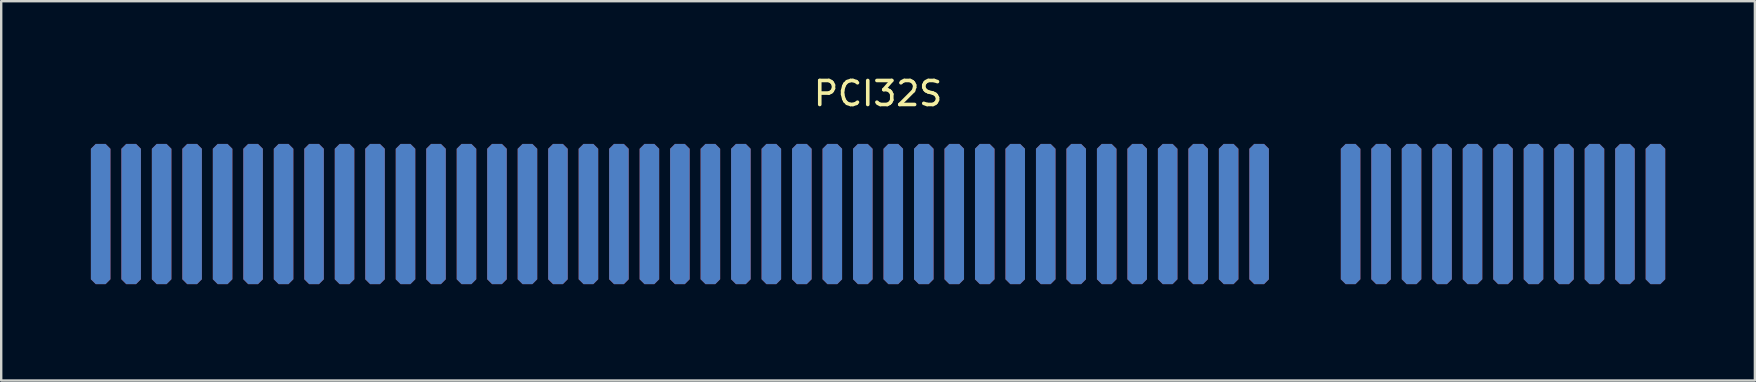
<source format=kicad_pcb>
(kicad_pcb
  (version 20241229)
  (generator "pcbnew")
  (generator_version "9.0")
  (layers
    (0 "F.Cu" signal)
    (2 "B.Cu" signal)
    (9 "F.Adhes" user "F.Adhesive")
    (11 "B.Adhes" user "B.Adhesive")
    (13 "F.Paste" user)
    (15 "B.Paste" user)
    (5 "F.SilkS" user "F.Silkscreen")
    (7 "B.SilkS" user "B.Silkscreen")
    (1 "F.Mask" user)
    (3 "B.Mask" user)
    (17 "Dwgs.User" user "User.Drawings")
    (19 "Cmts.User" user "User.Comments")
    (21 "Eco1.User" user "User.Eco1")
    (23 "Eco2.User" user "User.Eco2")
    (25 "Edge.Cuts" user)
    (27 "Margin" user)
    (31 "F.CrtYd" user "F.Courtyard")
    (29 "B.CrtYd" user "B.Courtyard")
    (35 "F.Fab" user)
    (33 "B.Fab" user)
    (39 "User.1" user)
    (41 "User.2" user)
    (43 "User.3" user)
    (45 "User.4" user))
  (footprint "PCI32S"
    (layer "F.Cu")
    (at 1.143 5.866)
    (property "Reference" "PCI32S" (at 32.385 -5.018 0) (layer "F.SilkS") (effects (font (size 1 1) (thickness 0.15))))
    (fp_rect (start -1.016 3.81) (end 49.149 -3.048) (stroke (width 0) (type default)) (fill yes) (layer "F.Mask"))
    (fp_rect (start 51.181 3.81) (end 65.786 -3.048) (stroke (width 0) (type default)) (fill yes) (layer "F.Mask"))
    (fp_rect (start -1.016 3.81) (end 49.149 -3.048) (stroke (width 0) (type default)) (fill yes) (layer "B.Mask"))
    (fp_rect (start 51.181 3.81) (end 65.786 -3.048) (stroke (width 0) (type default)) (fill yes) (layer "B.Mask"))
    (fp_line (start -1.016 3.81) (end -1.016 -3.556) (stroke (width 0.254) (type solid)) (layer "User.1"))
    (fp_line (start -1.016 3.81) (end 48.641 3.81) (stroke (width 0.254) (type solid)) (layer "User.1"))
    (fp_line (start 48.641 3.81) (end 49.149 3.302) (stroke (width 0.254) (type solid)) (layer "User.1"))
    (fp_line (start 49.149 3.302) (end 49.149 -3.175) (stroke (width 0.254) (type solid)) (layer "User.1"))
    (fp_line (start 51.181 3.302) (end 51.181 -3.175) (stroke (width 0.254) (type solid)) (layer "User.1"))
    (fp_line (start 51.181 3.302) (end 51.689 3.81) (stroke (width 0.254) (type solid)) (layer "User.1"))
    (fp_line (start 51.689 3.81) (end 65.151 3.81) (stroke (width 0.254) (type solid)) (layer "User.1"))
    (fp_line (start 65.151 3.81) (end 65.786 3.175) (stroke (width 0.254) (type solid)) (layer "User.1"))
    (fp_line (start 65.786 3.175) (end 65.786 -3.81) (stroke (width 0.254) (type solid)) (layer "User.1"))
    (fp_arc (start 49.149 -3.175) (mid 50.165 -4.191) (end 51.181 -3.175) (stroke (width 0.254) (type solid)) (layer "User.1"))
    (pad "11" smd roundrect (at 0 0) (size 0.813 5.842) (layers "F.Cu" "F.Mask" "F.Paste") (roundrect_rratio 0.25) (chamfer_ratio 0.25) (chamfer top_left top_right bottom_left bottom_right))
    (pad "12" smd roundrect (at 1.27 0) (size 0.813 5.842) (layers "F.Cu" "F.Mask" "F.Paste") (roundrect_rratio 0.25) (chamfer_ratio 0.25) (chamfer top_left top_right bottom_left bottom_right))
    (pad "13" smd roundrect (at 2.54 0) (size 0.813 5.842) (layers "F.Cu" "F.Mask" "F.Paste") (roundrect_rratio 0.25) (chamfer_ratio 0.25) (chamfer top_left top_right bottom_left bottom_right))
    (pad "14" smd roundrect (at 3.81 0) (size 0.813 5.842) (layers "F.Cu" "F.Mask" "F.Paste") (roundrect_rratio 0.25) (chamfer_ratio 0.25) (chamfer top_left top_right bottom_left bottom_right))
    (pad "15" smd roundrect (at 5.08 0) (size 0.813 5.842) (layers "F.Cu" "F.Mask" "F.Paste") (roundrect_rratio 0.25) (chamfer_ratio 0.25) (chamfer top_left top_right bottom_left bottom_right))
    (pad "16" smd roundrect (at 6.35 0) (size 0.813 5.842) (layers "F.Cu" "F.Mask" "F.Paste") (roundrect_rratio 0.25) (chamfer_ratio 0.25) (chamfer top_left top_right bottom_left bottom_right))
    (pad "17" smd roundrect (at 7.62 0) (size 0.813 5.842) (layers "F.Cu" "F.Mask" "F.Paste") (roundrect_rratio 0.25) (chamfer_ratio 0.25) (chamfer top_left top_right bottom_left bottom_right))
    (pad "18" smd roundrect (at 8.89 0) (size 0.813 5.842) (layers "F.Cu" "F.Mask" "F.Paste") (roundrect_rratio 0.25) (chamfer_ratio 0.25) (chamfer top_left top_right bottom_left bottom_right))
    (pad "19" smd roundrect (at 10.16 0) (size 0.813 5.842) (layers "F.Cu" "F.Mask" "F.Paste") (roundrect_rratio 0.25) (chamfer_ratio 0.25) (chamfer top_left top_right bottom_left bottom_right))
    (pad "20" smd roundrect (at 11.43 0) (size 0.813 5.842) (layers "F.Cu" "F.Mask" "F.Paste") (roundrect_rratio 0.25) (chamfer_ratio 0.25) (chamfer top_left top_right bottom_left bottom_right))
    (pad "21" smd roundrect (at 12.7 0) (size 0.813 5.842) (layers "F.Cu" "F.Mask" "F.Paste") (roundrect_rratio 0.25) (chamfer_ratio 0.25) (chamfer top_left top_right bottom_left bottom_right))
    (pad "22" smd roundrect (at 13.97 0) (size 0.813 5.842) (layers "F.Cu" "F.Mask" "F.Paste") (roundrect_rratio 0.25) (chamfer_ratio 0.25) (chamfer top_left top_right bottom_left bottom_right))
    (pad "23" smd roundrect (at 15.24 0) (size 0.813 5.842) (layers "F.Cu" "F.Mask" "F.Paste") (roundrect_rratio 0.25) (chamfer_ratio 0.25) (chamfer top_left top_right bottom_left bottom_right))
    (pad "24" smd roundrect (at 16.51 0) (size 0.813 5.842) (layers "F.Cu" "F.Mask" "F.Paste") (roundrect_rratio 0.25) (chamfer_ratio 0.25) (chamfer top_left top_right bottom_left bottom_right))
    (pad "25" smd roundrect (at 17.78 0) (size 0.813 5.842) (layers "F.Cu" "F.Mask" "F.Paste") (roundrect_rratio 0.25) (chamfer_ratio 0.25) (chamfer top_left top_right bottom_left bottom_right))
    (pad "26" smd roundrect (at 19.05 0) (size 0.813 5.842) (layers "F.Cu" "F.Mask" "F.Paste") (roundrect_rratio 0.25) (chamfer_ratio 0.25) (chamfer top_left top_right bottom_left bottom_right))
    (pad "27" smd roundrect (at 20.32 0) (size 0.813 5.842) (layers "F.Cu" "F.Mask" "F.Paste") (roundrect_rratio 0.25) (chamfer_ratio 0.25) (chamfer top_left top_right bottom_left bottom_right))
    (pad "28" smd roundrect (at 21.59 0) (size 0.813 5.842) (layers "F.Cu" "F.Mask" "F.Paste") (roundrect_rratio 0.25) (chamfer_ratio 0.25) (chamfer top_left top_right bottom_left bottom_right))
    (pad "29" smd roundrect (at 22.86 0) (size 0.813 5.842) (layers "F.Cu" "F.Mask" "F.Paste") (roundrect_rratio 0.25) (chamfer_ratio 0.25) (chamfer top_left top_right bottom_left bottom_right))
    (pad "30" smd roundrect (at 24.13 0) (size 0.813 5.842) (layers "F.Cu" "F.Mask" "F.Paste") (roundrect_rratio 0.25) (chamfer_ratio 0.25) (chamfer top_left top_right bottom_left bottom_right))
    (pad "31" smd roundrect (at 25.4 0) (size 0.813 5.842) (layers "F.Cu" "F.Mask" "F.Paste") (roundrect_rratio 0.25) (chamfer_ratio 0.25) (chamfer top_left top_right bottom_left bottom_right))
    (pad "32" smd roundrect (at 26.67 0) (size 0.813 5.842) (layers "F.Cu" "F.Mask" "F.Paste") (roundrect_rratio 0.25) (chamfer_ratio 0.25) (chamfer top_left top_right bottom_left bottom_right))
    (pad "33" smd roundrect (at 27.94 0) (size 0.813 5.842) (layers "F.Cu" "F.Mask" "F.Paste") (roundrect_rratio 0.25) (chamfer_ratio 0.25) (chamfer top_left top_right bottom_left bottom_right))
    (pad "34" smd roundrect (at 29.21 0) (size 0.813 5.842) (layers "F.Cu" "F.Mask" "F.Paste") (roundrect_rratio 0.25) (chamfer_ratio 0.25) (chamfer top_left top_right bottom_left bottom_right))
    (pad "35" smd roundrect (at 30.48 0) (size 0.813 5.842) (layers "F.Cu" "F.Mask" "F.Paste") (roundrect_rratio 0.25) (chamfer_ratio 0.25) (chamfer top_left top_right bottom_left bottom_right))
    (pad "36" smd roundrect (at 31.75 0) (size 0.813 5.842) (layers "F.Cu" "F.Mask" "F.Paste") (roundrect_rratio 0.25) (chamfer_ratio 0.25) (chamfer top_left top_right bottom_left bottom_right))
    (pad "37" smd roundrect (at 33.02 0) (size 0.813 5.842) (layers "F.Cu" "F.Mask" "F.Paste") (roundrect_rratio 0.25) (chamfer_ratio 0.25) (chamfer top_left top_right bottom_left bottom_right))
    (pad "38" smd roundrect (at 34.29 0) (size 0.813 5.842) (layers "F.Cu" "F.Mask" "F.Paste") (roundrect_rratio 0.25) (chamfer_ratio 0.25) (chamfer top_left top_right bottom_left bottom_right))
    (pad "39" smd roundrect (at 35.56 0) (size 0.813 5.842) (layers "F.Cu" "F.Mask" "F.Paste") (roundrect_rratio 0.25) (chamfer_ratio 0.25) (chamfer top_left top_right bottom_left bottom_right))
    (pad "40" smd roundrect (at 36.83 0) (size 0.813 5.842) (layers "F.Cu" "F.Mask" "F.Paste") (roundrect_rratio 0.25) (chamfer_ratio 0.25) (chamfer top_left top_right bottom_left bottom_right))
    (pad "41" smd roundrect (at 38.1 0) (size 0.813 5.842) (layers "F.Cu" "F.Mask" "F.Paste") (roundrect_rratio 0.25) (chamfer_ratio 0.25) (chamfer top_left top_right bottom_left bottom_right))
    (pad "42" smd roundrect (at 39.37 0) (size 0.813 5.842) (layers "F.Cu" "F.Mask" "F.Paste") (roundrect_rratio 0.25) (chamfer_ratio 0.25) (chamfer top_left top_right bottom_left bottom_right))
    (pad "43" smd roundrect (at 40.64 0) (size 0.813 5.842) (layers "F.Cu" "F.Mask" "F.Paste") (roundrect_rratio 0.25) (chamfer_ratio 0.25) (chamfer top_left top_right bottom_left bottom_right))
    (pad "44" smd roundrect (at 41.91 0) (size 0.813 5.842) (layers "F.Cu" "F.Mask" "F.Paste") (roundrect_rratio 0.25) (chamfer_ratio 0.25) (chamfer top_left top_right bottom_left bottom_right))
    (pad "45" smd roundrect (at 43.18 0) (size 0.813 5.842) (layers "F.Cu" "F.Mask" "F.Paste") (roundrect_rratio 0.25) (chamfer_ratio 0.25) (chamfer top_left top_right bottom_left bottom_right))
    (pad "46" smd roundrect (at 44.45 0) (size 0.813 5.842) (layers "F.Cu" "F.Mask" "F.Paste") (roundrect_rratio 0.25) (chamfer_ratio 0.25) (chamfer top_left top_right bottom_left bottom_right))
    (pad "47" smd roundrect (at 45.72 0) (size 0.813 5.842) (layers "F.Cu" "F.Mask" "F.Paste") (roundrect_rratio 0.25) (chamfer_ratio 0.25) (chamfer top_left top_right bottom_left bottom_right))
    (pad "48" smd roundrect (at 46.99 0) (size 0.813 5.842) (layers "F.Cu" "F.Mask" "F.Paste") (roundrect_rratio 0.25) (chamfer_ratio 0.25) (chamfer top_left top_right bottom_left bottom_right))
    (pad "49" smd roundrect (at 48.26 0) (size 0.813 5.842) (layers "F.Cu" "F.Mask" "F.Paste") (roundrect_rratio 0.25) (chamfer_ratio 0.25) (chamfer top_left top_right bottom_left bottom_right))
    (pad "52" smd roundrect (at 52.07 0) (size 0.813 5.842) (layers "F.Cu" "F.Mask" "F.Paste") (roundrect_rratio 0.25) (chamfer_ratio 0.25) (chamfer top_left top_right bottom_left bottom_right))
    (pad "53" smd roundrect (at 53.34 0) (size 0.813 5.842) (layers "F.Cu" "F.Mask" "F.Paste") (roundrect_rratio 0.25) (chamfer_ratio 0.25) (chamfer top_left top_right bottom_left bottom_right))
    (pad "54" smd roundrect (at 54.61 0) (size 0.813 5.842) (layers "F.Cu" "F.Mask" "F.Paste") (roundrect_rratio 0.25) (chamfer_ratio 0.25) (chamfer top_left top_right bottom_left bottom_right))
    (pad "55" smd roundrect (at 55.88 0) (size 0.813 5.842) (layers "F.Cu" "F.Mask" "F.Paste") (roundrect_rratio 0.25) (chamfer_ratio 0.25) (chamfer top_left top_right bottom_left bottom_right))
    (pad "56" smd roundrect (at 57.15 0) (size 0.813 5.842) (layers "F.Cu" "F.Mask" "F.Paste") (roundrect_rratio 0.25) (chamfer_ratio 0.25) (chamfer top_left top_right bottom_left bottom_right))
    (pad "57" smd roundrect (at 58.42 0) (size 0.813 5.842) (layers "F.Cu" "F.Mask" "F.Paste") (roundrect_rratio 0.25) (chamfer_ratio 0.25) (chamfer top_left top_right bottom_left bottom_right))
    (pad "58" smd roundrect (at 59.69 0) (size 0.813 5.842) (layers "F.Cu" "F.Mask" "F.Paste") (roundrect_rratio 0.25) (chamfer_ratio 0.25) (chamfer top_left top_right bottom_left bottom_right))
    (pad "59" smd roundrect (at 60.96 0) (size 0.813 5.842) (layers "F.Cu" "F.Mask" "F.Paste") (roundrect_rratio 0.25) (chamfer_ratio 0.25) (chamfer top_left top_right bottom_left bottom_right))
    (pad "60" smd roundrect (at 62.23 0) (size 0.813 5.842) (layers "F.Cu" "F.Mask" "F.Paste") (roundrect_rratio 0.25) (chamfer_ratio 0.25) (chamfer top_left top_right bottom_left bottom_right))
    (pad "61" smd roundrect (at 63.5 0) (size 0.813 5.842) (layers "F.Cu" "F.Mask" "F.Paste") (roundrect_rratio 0.25) (chamfer_ratio 0.25) (chamfer top_left top_right bottom_left bottom_right))
    (pad "62" smd roundrect (at 64.77 0) (size 0.813 5.842) (layers "F.Cu" "F.Mask" "F.Paste") (roundrect_rratio 0.25) (chamfer_ratio 0.25) (chamfer top_left top_right bottom_left bottom_right))
    (pad "63" smd roundrect (at 64.77 0) (size 0.813 5.842) (layers "B.Cu" "B.Mask" "B.Paste") (roundrect_rratio 0.25) (chamfer_ratio 0.25) (chamfer top_left top_right bottom_left bottom_right))
    (pad "64" smd roundrect (at 63.5 0) (size 0.813 5.842) (layers "B.Cu" "B.Mask" "B.Paste") (roundrect_rratio 0.25) (chamfer_ratio 0.25) (chamfer top_left top_right bottom_left bottom_right))
    (pad "65" smd roundrect (at 62.23 0) (size 0.813 5.842) (layers "B.Cu" "B.Mask" "B.Paste") (roundrect_rratio 0.25) (chamfer_ratio 0.25) (chamfer top_left top_right bottom_left bottom_right))
    (pad "66" smd roundrect (at 60.96 0) (size 0.813 5.842) (layers "B.Cu" "B.Mask" "B.Paste") (roundrect_rratio 0.25) (chamfer_ratio 0.25) (chamfer top_left top_right bottom_left bottom_right))
    (pad "67" smd roundrect (at 59.69 0) (size 0.813 5.842) (layers "B.Cu" "B.Mask" "B.Paste") (roundrect_rratio 0.25) (chamfer_ratio 0.25) (chamfer top_left top_right bottom_left bottom_right))
    (pad "68" smd roundrect (at 58.42 0) (size 0.813 5.842) (layers "B.Cu" "B.Mask" "B.Paste") (roundrect_rratio 0.25) (chamfer_ratio 0.25) (chamfer top_left top_right bottom_left bottom_right))
    (pad "69" smd roundrect (at 57.15 0) (size 0.813 5.842) (layers "B.Cu" "B.Mask" "B.Paste") (roundrect_rratio 0.25) (chamfer_ratio 0.25) (chamfer top_left top_right bottom_left bottom_right))
    (pad "70" smd roundrect (at 55.88 0) (size 0.813 5.842) (layers "B.Cu" "B.Mask" "B.Paste") (roundrect_rratio 0.25) (chamfer_ratio 0.25) (chamfer top_left top_right bottom_left bottom_right))
    (pad "71" smd roundrect (at 54.61 0) (size 0.813 5.842) (layers "B.Cu" "B.Mask" "B.Paste") (roundrect_rratio 0.25) (chamfer_ratio 0.25) (chamfer top_left top_right bottom_left bottom_right))
    (pad "72" smd roundrect (at 53.34 0) (size 0.813 5.842) (layers "B.Cu" "B.Mask" "B.Paste") (roundrect_rratio 0.25) (chamfer_ratio 0.25) (chamfer top_left top_right bottom_left bottom_right))
    (pad "73" smd roundrect (at 52.07 0) (size 0.813 5.842) (layers "B.Cu" "B.Mask" "B.Paste") (roundrect_rratio 0.25) (chamfer_ratio 0.25) (chamfer top_left top_right bottom_left bottom_right))
    (pad "76" smd roundrect (at 48.26 0) (size 0.813 5.842) (layers "B.Cu" "B.Mask" "B.Paste") (roundrect_rratio 0.25) (chamfer_ratio 0.25) (chamfer top_left top_right bottom_left bottom_right))
    (pad "77" smd roundrect (at 46.99 0) (size 0.813 5.842) (layers "B.Cu" "B.Mask" "B.Paste") (roundrect_rratio 0.25) (chamfer_ratio 0.25) (chamfer top_left top_right bottom_left bottom_right))
    (pad "78" smd roundrect (at 45.72 0) (size 0.813 5.842) (layers "B.Cu" "B.Mask" "B.Paste") (roundrect_rratio 0.25) (chamfer_ratio 0.25) (chamfer top_left top_right bottom_left bottom_right))
    (pad "79" smd roundrect (at 44.45 0) (size 0.813 5.842) (layers "B.Cu" "B.Mask" "B.Paste") (roundrect_rratio 0.25) (chamfer_ratio 0.25) (chamfer top_left top_right bottom_left bottom_right))
    (pad "80" smd roundrect (at 43.18 0) (size 0.813 5.842) (layers "B.Cu" "B.Mask" "B.Paste") (roundrect_rratio 0.25) (chamfer_ratio 0.25) (chamfer top_left top_right bottom_left bottom_right))
    (pad "81" smd roundrect (at 41.91 0) (size 0.813 5.842) (layers "B.Cu" "B.Mask" "B.Paste") (roundrect_rratio 0.25) (chamfer_ratio 0.25) (chamfer top_left top_right bottom_left bottom_right))
    (pad "82" smd roundrect (at 40.64 0) (size 0.813 5.842) (layers "B.Cu" "B.Mask" "B.Paste") (roundrect_rratio 0.25) (chamfer_ratio 0.25) (chamfer top_left top_right bottom_left bottom_right))
    (pad "83" smd roundrect (at 39.37 0) (size 0.813 5.842) (layers "B.Cu" "B.Mask" "B.Paste") (roundrect_rratio 0.25) (chamfer_ratio 0.25) (chamfer top_left top_right bottom_left bottom_right))
    (pad "84" smd roundrect (at 38.1 0) (size 0.813 5.842) (layers "B.Cu" "B.Mask" "B.Paste") (roundrect_rratio 0.25) (chamfer_ratio 0.25) (chamfer top_left top_right bottom_left bottom_right))
    (pad "85" smd roundrect (at 36.83 0) (size 0.813 5.842) (layers "B.Cu" "B.Mask" "B.Paste") (roundrect_rratio 0.25) (chamfer_ratio 0.25) (chamfer top_left top_right bottom_left bottom_right))
    (pad "86" smd roundrect (at 35.56 0) (size 0.813 5.842) (layers "B.Cu" "B.Mask" "B.Paste") (roundrect_rratio 0.25) (chamfer_ratio 0.25) (chamfer top_left top_right bottom_left bottom_right))
    (pad "87" smd roundrect (at 34.29 0) (size 0.813 5.842) (layers "B.Cu" "B.Mask" "B.Paste") (roundrect_rratio 0.25) (chamfer_ratio 0.25) (chamfer top_left top_right bottom_left bottom_right))
    (pad "88" smd roundrect (at 33.02 0) (size 0.813 5.842) (layers "B.Cu" "B.Mask" "B.Paste") (roundrect_rratio 0.25) (chamfer_ratio 0.25) (chamfer top_left top_right bottom_left bottom_right))
    (pad "89" smd roundrect (at 31.75 0) (size 0.813 5.842) (layers "B.Cu" "B.Mask" "B.Paste") (roundrect_rratio 0.25) (chamfer_ratio 0.25) (chamfer top_left top_right bottom_left bottom_right))
    (pad "90" smd roundrect (at 30.48 0) (size 0.813 5.842) (layers "B.Cu" "B.Mask" "B.Paste") (roundrect_rratio 0.25) (chamfer_ratio 0.25) (chamfer top_left top_right bottom_left bottom_right))
    (pad "91" smd roundrect (at 29.21 0) (size 0.813 5.842) (layers "B.Cu" "B.Mask" "B.Paste") (roundrect_rratio 0.25) (chamfer_ratio 0.25) (chamfer top_left top_right bottom_left bottom_right))
    (pad "92" smd roundrect (at 27.94 0) (size 0.813 5.842) (layers "B.Cu" "B.Mask" "B.Paste") (roundrect_rratio 0.25) (chamfer_ratio 0.25) (chamfer top_left top_right bottom_left bottom_right))
    (pad "93" smd roundrect (at 26.67 0) (size 0.813 5.842) (layers "B.Cu" "B.Mask" "B.Paste") (roundrect_rratio 0.25) (chamfer_ratio 0.25) (chamfer top_left top_right bottom_left bottom_right))
    (pad "94" smd roundrect (at 25.4 0) (size 0.813 5.842) (layers "B.Cu" "B.Mask" "B.Paste") (roundrect_rratio 0.25) (chamfer_ratio 0.25) (chamfer top_left top_right bottom_left bottom_right))
    (pad "95" smd roundrect (at 24.13 0) (size 0.813 5.842) (layers "B.Cu" "B.Mask" "B.Paste") (roundrect_rratio 0.25) (chamfer_ratio 0.25) (chamfer top_left top_right bottom_left bottom_right))
    (pad "96" smd roundrect (at 22.86 0) (size 0.813 5.842) (layers "B.Cu" "B.Mask" "B.Paste") (roundrect_rratio 0.25) (chamfer_ratio 0.25) (chamfer top_left top_right bottom_left bottom_right))
    (pad "97" smd roundrect (at 21.59 0) (size 0.813 5.842) (layers "B.Cu" "B.Mask" "B.Paste") (roundrect_rratio 0.25) (chamfer_ratio 0.25) (chamfer top_left top_right bottom_left bottom_right))
    (pad "98" smd roundrect (at 20.32 0) (size 0.813 5.842) (layers "B.Cu" "B.Mask" "B.Paste") (roundrect_rratio 0.25) (chamfer_ratio 0.25) (chamfer top_left top_right bottom_left bottom_right))
    (pad "99" smd roundrect (at 19.05 0) (size 0.813 5.842) (layers "B.Cu" "B.Mask" "B.Paste") (roundrect_rratio 0.25) (chamfer_ratio 0.25) (chamfer top_left top_right bottom_left bottom_right))
    (pad "100" smd roundrect (at 17.78 0) (size 0.813 5.842) (layers "B.Cu" "B.Mask" "B.Paste") (roundrect_rratio 0.25) (chamfer_ratio 0.25) (chamfer top_left top_right bottom_left bottom_right))
    (pad "101" smd roundrect (at 16.51 0) (size 0.813 5.842) (layers "B.Cu" "B.Mask" "B.Paste") (roundrect_rratio 0.25) (chamfer_ratio 0.25) (chamfer top_left top_right bottom_left bottom_right))
    (pad "102" smd roundrect (at 15.24 0) (size 0.813 5.842) (layers "B.Cu" "B.Mask" "B.Paste") (roundrect_rratio 0.25) (chamfer_ratio 0.25) (chamfer top_left top_right bottom_left bottom_right))
    (pad "103" smd roundrect (at 13.97 0) (size 0.813 5.842) (layers "B.Cu" "B.Mask" "B.Paste") (roundrect_rratio 0.25) (chamfer_ratio 0.25) (chamfer top_left top_right bottom_left bottom_right))
    (pad "104" smd roundrect (at 12.7 0) (size 0.813 5.842) (layers "B.Cu" "B.Mask" "B.Paste") (roundrect_rratio 0.25) (chamfer_ratio 0.25) (chamfer top_left top_right bottom_left bottom_right))
    (pad "105" smd roundrect (at 11.43 0) (size 0.813 5.842) (layers "B.Cu" "B.Mask" "B.Paste") (roundrect_rratio 0.25) (chamfer_ratio 0.25) (chamfer top_left top_right bottom_left bottom_right))
    (pad "106" smd roundrect (at 10.16 0) (size 0.813 5.842) (layers "B.Cu" "B.Mask" "B.Paste") (roundrect_rratio 0.25) (chamfer_ratio 0.25) (chamfer top_left top_right bottom_left bottom_right))
    (pad "107" smd roundrect (at 8.89 0) (size 0.813 5.842) (layers "B.Cu" "B.Mask" "B.Paste") (roundrect_rratio 0.25) (chamfer_ratio 0.25) (chamfer top_left top_right bottom_left bottom_right))
    (pad "108" smd roundrect (at 7.62 0) (size 0.813 5.842) (layers "B.Cu" "B.Mask" "B.Paste") (roundrect_rratio 0.25) (chamfer_ratio 0.25) (chamfer top_left top_right bottom_left bottom_right))
    (pad "109" smd roundrect (at 6.35 0) (size 0.813 5.842) (layers "B.Cu" "B.Mask" "B.Paste") (roundrect_rratio 0.25) (chamfer_ratio 0.25) (chamfer top_left top_right bottom_left bottom_right))
    (pad "110" smd roundrect (at 5.08 0) (size 0.813 5.842) (layers "B.Cu" "B.Mask" "B.Paste") (roundrect_rratio 0.25) (chamfer_ratio 0.25) (chamfer top_left top_right bottom_left bottom_right))
    (pad "111" smd roundrect (at 3.81 0) (size 0.813 5.842) (layers "B.Cu" "B.Mask" "B.Paste") (roundrect_rratio 0.25) (chamfer_ratio 0.25) (chamfer top_left top_right bottom_left bottom_right))
    (pad "112" smd roundrect (at 2.54 0) (size 0.813 5.842) (layers "B.Cu" "B.Mask" "B.Paste") (roundrect_rratio 0.25) (chamfer_ratio 0.25) (chamfer top_left top_right bottom_left bottom_right))
    (pad "113" smd roundrect (at 1.27 0) (size 0.813 5.842) (layers "B.Cu" "B.Mask" "B.Paste") (roundrect_rratio 0.25) (chamfer_ratio 0.25) (chamfer top_left top_right bottom_left bottom_right))
    (pad "114" smd roundrect (at 0 0) (size 0.813 5.842) (layers "B.Cu" "B.Mask" "B.Paste") (roundrect_rratio 0.25) (chamfer_ratio 0.25) (chamfer top_left top_right bottom_left bottom_right))
    (zone (net_name "") (layers "F.Cu" "B.Cu") (hatch edge 0.5) (connect_pads) (min_thickness 0.25) (filled_areas_thickness no) (keepout (tracks not_allowed) (vias not_allowed) (pads not_allowed) (copperpour not_allowed) (footprints allowed)) (placement (enabled no)) (fill) (polygon (pts (xy 0.002 2.285) (xy 0.021 2.24) (xy 0.056 2.205) (xy 0.102 2.186) (xy 0.152 2.186) (xy 0.198 2.205) (xy 0.233 2.24) (xy 0.252 2.285) (xy 0.254 2.31) (xy 0.254 9.676) (xy 0.252 9.701) (xy 0.233 9.747) (xy 0.198 9.782) (xy 0.152 9.801) (xy 0.102 9.801) (xy 0.056 9.782) (xy 0.021 9.747) (xy 0.002 9.701) (xy 0 9.676) (xy 0 2.31))))
    (zone (net_name "") (layers "F.Cu" "B.Cu") (hatch edge 0.5) (connect_pads) (min_thickness 0.25) (filled_areas_thickness no) (keepout (tracks not_allowed) (vias not_allowed) (pads not_allowed) (copperpour not_allowed) (footprints allowed)) (placement (enabled no)) (fill) (polygon (pts (xy 49.809 9.552) (xy 49.855 9.571) (xy 49.89 9.606) (xy 49.909 9.651) (xy 49.909 9.701) (xy 49.89 9.747) (xy 49.855 9.782) (xy 49.809 9.801) (xy 49.784 9.803) (xy 0.127 9.803) (xy 0.102 9.801) (xy 0.056 9.782) (xy 0.021 9.747) (xy 0.002 9.701) (xy 0.002 9.651) (xy 0.021 9.606) (xy 0.056 9.571) (xy 0.102 9.552) (xy 0.127 9.549) (xy 49.784 9.549))))
    (zone (net_name "") (layers "F.Cu" "B.Cu") (hatch edge 0.5) (connect_pads) (min_thickness 0.25) (filled_areas_thickness no) (keepout (tracks not_allowed) (vias not_allowed) (pads not_allowed) (copperpour not_allowed) (footprints allowed)) (placement (enabled no)) (fill) (polygon (pts (xy 50.167 2.666) (xy 50.186 2.621) (xy 50.221 2.586) (xy 50.267 2.567) (xy 50.317 2.567) (xy 50.363 2.586) (xy 50.398 2.621) (xy 50.417 2.666) (xy 50.419 2.691) (xy 50.419 9.168) (xy 50.417 9.193) (xy 50.398 9.239) (xy 50.363 9.274) (xy 50.317 9.293) (xy 50.267 9.293) (xy 50.221 9.274) (xy 50.186 9.239) (xy 50.167 9.193) (xy 50.165 9.168) (xy 50.165 2.691))))
    (zone (net_name "") (layers "F.Cu" "B.Cu") (hatch edge 0.5) (connect_pads) (min_thickness 0.25) (filled_areas_thickness no) (keepout (tracks not_allowed) (vias not_allowed) (pads not_allowed) (copperpour not_allowed) (footprints allowed)) (placement (enabled no)) (fill) (polygon (pts (xy 50.221 9.063) (xy 50.267 9.044) (xy 50.317 9.044) (xy 50.363 9.063) (xy 50.398 9.098) (xy 50.417 9.143) (xy 50.417 9.193) (xy 50.398 9.239) (xy 50.382 9.258) (xy 49.874 9.766) (xy 49.855 9.782) (xy 49.809 9.801) (xy 49.759 9.801) (xy 49.713 9.782) (xy 49.678 9.747) (xy 49.659 9.701) (xy 49.659 9.651) (xy 49.678 9.606) (xy 49.694 9.586) (xy 50.202 9.078))))
    (zone (net_name "") (layers "F.Cu" "B.Cu") (hatch edge 0.5) (connect_pads) (min_thickness 0.25) (filled_areas_thickness no) (keepout (tracks not_allowed) (vias not_allowed) (pads not_allowed) (copperpour not_allowed) (footprints allowed)) (placement (enabled no)) (fill) (polygon (pts (xy 52.199 2.666) (xy 52.218 2.621) (xy 52.253 2.586) (xy 52.299 2.567) (xy 52.349 2.567) (xy 52.395 2.586) (xy 52.43 2.621) (xy 52.449 2.666) (xy 52.451 2.691) (xy 52.451 9.168) (xy 52.449 9.193) (xy 52.43 9.239) (xy 52.395 9.274) (xy 52.349 9.293) (xy 52.299 9.293) (xy 52.253 9.274) (xy 52.218 9.239) (xy 52.199 9.193) (xy 52.197 9.168) (xy 52.197 2.691))))
    (zone (net_name "") (layers "F.Cu" "B.Cu") (hatch edge 0.5) (connect_pads) (min_thickness 0.25) (filled_areas_thickness no) (keepout (tracks not_allowed) (vias not_allowed) (pads not_allowed) (copperpour not_allowed) (footprints allowed)) (placement (enabled no)) (fill) (polygon (pts (xy 52.938 9.606) (xy 52.957 9.651) (xy 52.957 9.701) (xy 52.938 9.747) (xy 52.903 9.782) (xy 52.857 9.801) (xy 52.807 9.801) (xy 52.761 9.782) (xy 52.742 9.766) (xy 52.234 9.258) (xy 52.218 9.239) (xy 52.199 9.193) (xy 52.199 9.143) (xy 52.218 9.098) (xy 52.253 9.063) (xy 52.299 9.044) (xy 52.349 9.044) (xy 52.395 9.063) (xy 52.414 9.078) (xy 52.922 9.586))))
    (zone (net_name "") (layers "F.Cu" "B.Cu") (hatch edge 0.5) (connect_pads) (min_thickness 0.25) (filled_areas_thickness no) (keepout (tracks not_allowed) (vias not_allowed) (pads not_allowed) (copperpour not_allowed) (footprints allowed)) (placement (enabled no)) (fill) (polygon (pts (xy 66.319 9.552) (xy 66.365 9.571) (xy 66.4 9.606) (xy 66.419 9.651) (xy 66.419 9.701) (xy 66.4 9.747) (xy 66.365 9.782) (xy 66.319 9.801) (xy 66.294 9.803) (xy 52.832 9.803) (xy 52.807 9.801) (xy 52.761 9.782) (xy 52.726 9.747) (xy 52.707 9.701) (xy 52.707 9.651) (xy 52.726 9.606) (xy 52.761 9.571) (xy 52.807 9.552) (xy 52.832 9.549) (xy 66.294 9.549))))
    (zone (net_name "") (layers "F.Cu" "B.Cu") (hatch edge 0.5) (connect_pads) (min_thickness 0.25) (filled_areas_thickness no) (keepout (tracks not_allowed) (vias not_allowed) (pads not_allowed) (copperpour not_allowed) (footprints allowed)) (placement (enabled no)) (fill) (polygon (pts (xy 66.804 2.031) (xy 66.823 1.986) (xy 66.858 1.951) (xy 66.904 1.932) (xy 66.954 1.932) (xy 67 1.951) (xy 67.035 1.986) (xy 67.054 2.031) (xy 67.056 2.056) (xy 67.056 9.041) (xy 67.054 9.066) (xy 67.035 9.112) (xy 67 9.147) (xy 66.954 9.166) (xy 66.904 9.166) (xy 66.858 9.147) (xy 66.823 9.112) (xy 66.804 9.066) (xy 66.802 9.041) (xy 66.802 2.056))))
    (zone (net_name "") (layers "F.Cu" "B.Cu") (hatch edge 0.5) (connect_pads) (min_thickness 0.25) (filled_areas_thickness no) (keepout (tracks not_allowed) (vias not_allowed) (pads not_allowed) (copperpour not_allowed) (footprints allowed)) (placement (enabled no)) (fill) (polygon (pts (xy 66.858 8.936) (xy 66.904 8.917) (xy 66.954 8.917) (xy 67 8.936) (xy 67.035 8.971) (xy 67.054 9.016) (xy 67.054 9.066) (xy 67.035 9.112) (xy 67.019 9.131) (xy 66.384 9.766) (xy 66.365 9.782) (xy 66.319 9.801) (xy 66.269 9.801) (xy 66.223 9.782) (xy 66.188 9.747) (xy 66.169 9.701) (xy 66.169 9.651) (xy 66.188 9.606) (xy 66.204 9.586) (xy 66.839 8.951))))
    (zone (net_name "") (layers "F.Cu" "B.Cu") (hatch edge 0.5) (connect_pads) (min_thickness 0.25) (filled_areas_thickness no) (keepout (tracks not_allowed) (vias not_allowed) (pads not_allowed) (copperpour not_allowed) (footprints allowed)) (placement (enabled no)) (fill) (polygon (pts (xy 50.419 2.691) (xy 50.406 2.746) (xy 50.371 2.791) (xy 50.32 2.815) (xy 50.264 2.815) (xy 50.213 2.791) (xy 50.178 2.746) (xy 50.165 2.691) (xy 50.182 2.493) (xy 50.234 2.3) (xy 50.318 2.12) (xy 50.432 1.957) (xy 50.573 1.816) (xy 50.736 1.701) (xy 50.917 1.617) (xy 51.11 1.566) (xy 51.308 1.548) (xy 51.506 1.566) (xy 51.699 1.617) (xy 51.88 1.701) (xy 52.043 1.816) (xy 52.184 1.957) (xy 52.298 2.12) (xy 52.382 2.3) (xy 52.434 2.493) (xy 52.451 2.691) (xy 52.438 2.746) (xy 52.403 2.791) (xy 52.352 2.815) (xy 52.296 2.815) (xy 52.245 2.791) (xy 52.21 2.746) (xy 52.197 2.691) (xy 52.197 2.604) (xy 52.163 2.432) (xy 52.096 2.27) (xy 51.999 2.125) (xy 51.875 2.001) (xy 51.729 1.903) (xy 51.567 1.836) (xy 51.396 1.802) (xy 51.22 1.802) (xy 51.049 1.836) (xy 50.887 1.903) (xy 50.741 2.001) (xy 50.617 2.125) (xy 50.52 2.27) (xy 50.453 2.432) (xy 50.419 2.604)))))
  (gr_rect
    (start -3 -3)
    (end 70.056 12.803)
    (stroke (width 0.1) (type default))
    (fill no)
    (layer "Edge.Cuts")))
</source>
